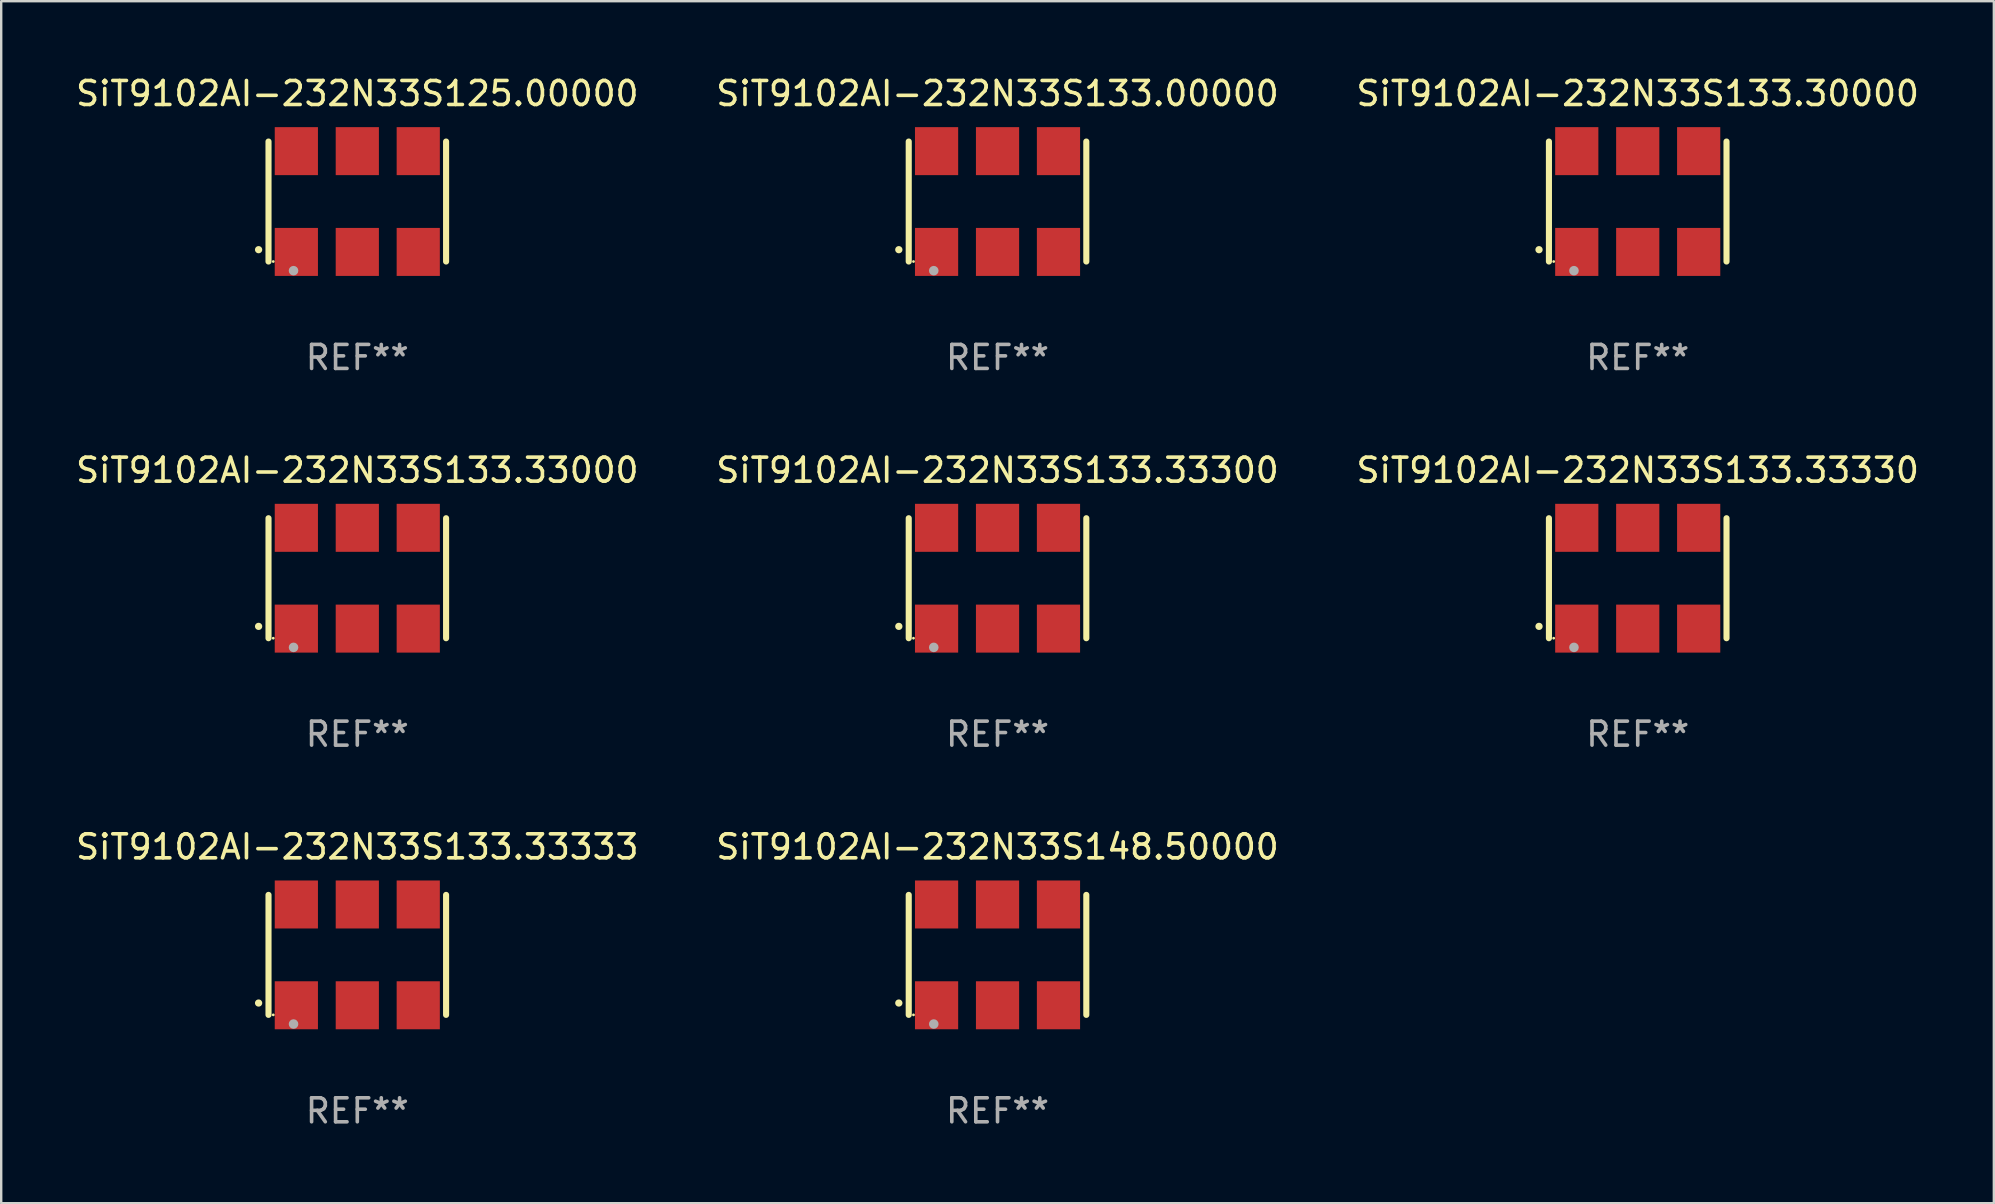
<source format=kicad_pcb>
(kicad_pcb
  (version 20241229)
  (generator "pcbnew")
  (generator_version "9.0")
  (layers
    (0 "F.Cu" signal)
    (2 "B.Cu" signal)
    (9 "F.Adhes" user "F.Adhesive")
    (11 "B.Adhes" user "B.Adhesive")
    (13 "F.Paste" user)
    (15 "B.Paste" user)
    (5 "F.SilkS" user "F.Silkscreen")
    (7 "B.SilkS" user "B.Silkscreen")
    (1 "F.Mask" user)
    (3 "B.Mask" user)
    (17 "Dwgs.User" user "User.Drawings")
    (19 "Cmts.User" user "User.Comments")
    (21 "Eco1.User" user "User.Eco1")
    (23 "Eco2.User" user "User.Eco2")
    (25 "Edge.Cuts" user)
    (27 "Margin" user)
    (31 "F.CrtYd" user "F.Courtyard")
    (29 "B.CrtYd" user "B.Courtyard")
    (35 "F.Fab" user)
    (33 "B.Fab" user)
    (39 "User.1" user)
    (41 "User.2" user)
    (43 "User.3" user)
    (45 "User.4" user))
  (footprint "SiT9102AI-232N33S148.50000"
    (layer "F.Cu")
    (at 38.518 36.741)
    (property "Reference" "SiT9102AI-232N33S148.50000" (at 0 -4.5 0) (layer "F.SilkS") (effects (font (size 1 1) (thickness 0.15))))
    (attr through_hole)
    (fp_line (start -3.7 -2.5) (end -3.7 2.5) (stroke (width 0.254) (type solid)) (layer "F.SilkS"))
    (fp_line (start 3.7 -2.5) (end 3.7 2.5) (stroke (width 0.254) (type solid)) (layer "F.SilkS"))
    (fp_arc (start -4.114415 2.006604) (mid -4.113145 2.006599) (end -4.111875 2.006604) (stroke (width 0.3) (type solid)) (layer "F.SilkS"))
    (fp_circle (center -3.502 2.5) (end -3.472 2.5) (stroke (width 0.06) (type solid)) (fill no) (layer "F.SilkS"))
    (fp_circle (center -2.657 2.882) (end -2.557 2.882) (stroke (width 0.2) (type solid)) (fill no) (layer "F.Fab"))
    (fp_text user "REF**" (at 0 6.5 0) (layer "F.Fab") (effects (font (size 1 1) (thickness 0.15))))
    (pad "1" smd rect (at -2.54 2.1) (size 1.8 2) (layers "F.Cu" "F.Mask" "F.Paste"))
    (pad "2" smd rect (at 0.000394 2.1) (size 1.8 2) (layers "F.Cu" "F.Mask" "F.Paste"))
    (pad "3" smd rect (at 2.54 2.1) (size 1.8 2) (layers "F.Cu" "F.Mask" "F.Paste"))
    (pad "4" smd rect (at 2.54 -2.1) (size 1.8 2) (layers "F.Cu" "F.Mask" "F.Paste"))
    (pad "5" smd rect (at 0.000394 -2.1) (size 1.8 2) (layers "F.Cu" "F.Mask" "F.Paste"))
    (pad "6" smd rect (at -2.54 -2.1) (size 1.8 2) (layers "F.Cu" "F.Mask" "F.Paste")))
  (footprint "SiT9102AI-232N33S133.00000"
    (layer "F.Cu")
    (at 38.518 5.348)
    (property "Reference" "SiT9102AI-232N33S133.00000" (at 0 -4.5 0) (layer "F.SilkS") (effects (font (size 1 1) (thickness 0.15))))
    (attr through_hole)
    (fp_line (start -3.7 -2.5) (end -3.7 2.5) (stroke (width 0.254) (type solid)) (layer "F.SilkS"))
    (fp_line (start 3.7 -2.5) (end 3.7 2.5) (stroke (width 0.254) (type solid)) (layer "F.SilkS"))
    (fp_arc (start -4.114415 2.006604) (mid -4.113145 2.006599) (end -4.111875 2.006604) (stroke (width 0.3) (type solid)) (layer "F.SilkS"))
    (fp_circle (center -3.502 2.5) (end -3.472 2.5) (stroke (width 0.06) (type solid)) (fill no) (layer "F.SilkS"))
    (fp_circle (center -2.657 2.882) (end -2.557 2.882) (stroke (width 0.2) (type solid)) (fill no) (layer "F.Fab"))
    (fp_text user "REF**" (at 0 6.5 0) (layer "F.Fab") (effects (font (size 1 1) (thickness 0.15))))
    (pad "1" smd rect (at -2.54 2.1) (size 1.8 2) (layers "F.Cu" "F.Mask" "F.Paste"))
    (pad "2" smd rect (at 0.000394 2.1) (size 1.8 2) (layers "F.Cu" "F.Mask" "F.Paste"))
    (pad "3" smd rect (at 2.54 2.1) (size 1.8 2) (layers "F.Cu" "F.Mask" "F.Paste"))
    (pad "4" smd rect (at 2.54 -2.1) (size 1.8 2) (layers "F.Cu" "F.Mask" "F.Paste"))
    (pad "5" smd rect (at 0.000394 -2.1) (size 1.8 2) (layers "F.Cu" "F.Mask" "F.Paste"))
    (pad "6" smd rect (at -2.54 -2.1) (size 1.8 2) (layers "F.Cu" "F.Mask" "F.Paste")))
  (footprint "SiT9102AI-232N33S133.30000"
    (layer "F.Cu")
    (at 65.196 5.348)
    (property "Reference" "SiT9102AI-232N33S133.30000" (at 0 -4.5 0) (layer "F.SilkS") (effects (font (size 1 1) (thickness 0.15))))
    (attr through_hole)
    (fp_line (start -3.7 -2.5) (end -3.7 2.5) (stroke (width 0.254) (type solid)) (layer "F.SilkS"))
    (fp_line (start 3.7 -2.5) (end 3.7 2.5) (stroke (width 0.254) (type solid)) (layer "F.SilkS"))
    (fp_arc (start -4.114415 2.006604) (mid -4.113145 2.006599) (end -4.111875 2.006604) (stroke (width 0.3) (type solid)) (layer "F.SilkS"))
    (fp_circle (center -3.502 2.5) (end -3.472 2.5) (stroke (width 0.06) (type solid)) (fill no) (layer "F.SilkS"))
    (fp_circle (center -2.657 2.882) (end -2.557 2.882) (stroke (width 0.2) (type solid)) (fill no) (layer "F.Fab"))
    (fp_text user "REF**" (at 0 6.5 0) (layer "F.Fab") (effects (font (size 1 1) (thickness 0.15))))
    (pad "1" smd rect (at -2.54 2.1) (size 1.8 2) (layers "F.Cu" "F.Mask" "F.Paste"))
    (pad "2" smd rect (at 0.000394 2.1) (size 1.8 2) (layers "F.Cu" "F.Mask" "F.Paste"))
    (pad "3" smd rect (at 2.54 2.1) (size 1.8 2) (layers "F.Cu" "F.Mask" "F.Paste"))
    (pad "4" smd rect (at 2.54 -2.1) (size 1.8 2) (layers "F.Cu" "F.Mask" "F.Paste"))
    (pad "5" smd rect (at 0.000394 -2.1) (size 1.8 2) (layers "F.Cu" "F.Mask" "F.Paste"))
    (pad "6" smd rect (at -2.54 -2.1) (size 1.8 2) (layers "F.Cu" "F.Mask" "F.Paste")))
  (footprint "SiT9102AI-232N33S133.33000"
    (layer "F.Cu")
    (at 11.839 21.045)
    (property "Reference" "SiT9102AI-232N33S133.33000" (at 0 -4.5 0) (layer "F.SilkS") (effects (font (size 1 1) (thickness 0.15))))
    (attr through_hole)
    (fp_line (start -3.7 -2.5) (end -3.7 2.5) (stroke (width 0.254) (type solid)) (layer "F.SilkS"))
    (fp_line (start 3.7 -2.5) (end 3.7 2.5) (stroke (width 0.254) (type solid)) (layer "F.SilkS"))
    (fp_arc (start -4.114415 2.006604) (mid -4.113145 2.006599) (end -4.111875 2.006604) (stroke (width 0.3) (type solid)) (layer "F.SilkS"))
    (fp_circle (center -3.502 2.5) (end -3.472 2.5) (stroke (width 0.06) (type solid)) (fill no) (layer "F.SilkS"))
    (fp_circle (center -2.657 2.882) (end -2.557 2.882) (stroke (width 0.2) (type solid)) (fill no) (layer "F.Fab"))
    (fp_text user "REF**" (at 0 6.5 0) (layer "F.Fab") (effects (font (size 1 1) (thickness 0.15))))
    (pad "1" smd rect (at -2.54 2.1) (size 1.8 2) (layers "F.Cu" "F.Mask" "F.Paste"))
    (pad "2" smd rect (at 0.000394 2.1) (size 1.8 2) (layers "F.Cu" "F.Mask" "F.Paste"))
    (pad "3" smd rect (at 2.54 2.1) (size 1.8 2) (layers "F.Cu" "F.Mask" "F.Paste"))
    (pad "4" smd rect (at 2.54 -2.1) (size 1.8 2) (layers "F.Cu" "F.Mask" "F.Paste"))
    (pad "5" smd rect (at 0.000394 -2.1) (size 1.8 2) (layers "F.Cu" "F.Mask" "F.Paste"))
    (pad "6" smd rect (at -2.54 -2.1) (size 1.8 2) (layers "F.Cu" "F.Mask" "F.Paste")))
  (footprint "SiT9102AI-232N33S133.33300"
    (layer "F.Cu")
    (at 38.518 21.045)
    (property "Reference" "SiT9102AI-232N33S133.33300" (at 0 -4.5 0) (layer "F.SilkS") (effects (font (size 1 1) (thickness 0.15))))
    (attr through_hole)
    (fp_line (start -3.7 -2.5) (end -3.7 2.5) (stroke (width 0.254) (type solid)) (layer "F.SilkS"))
    (fp_line (start 3.7 -2.5) (end 3.7 2.5) (stroke (width 0.254) (type solid)) (layer "F.SilkS"))
    (fp_arc (start -4.114415 2.006604) (mid -4.113145 2.006599) (end -4.111875 2.006604) (stroke (width 0.3) (type solid)) (layer "F.SilkS"))
    (fp_circle (center -3.502 2.5) (end -3.472 2.5) (stroke (width 0.06) (type solid)) (fill no) (layer "F.SilkS"))
    (fp_circle (center -2.657 2.882) (end -2.557 2.882) (stroke (width 0.2) (type solid)) (fill no) (layer "F.Fab"))
    (fp_text user "REF**" (at 0 6.5 0) (layer "F.Fab") (effects (font (size 1 1) (thickness 0.15))))
    (pad "1" smd rect (at -2.54 2.1) (size 1.8 2) (layers "F.Cu" "F.Mask" "F.Paste"))
    (pad "2" smd rect (at 0.000394 2.1) (size 1.8 2) (layers "F.Cu" "F.Mask" "F.Paste"))
    (pad "3" smd rect (at 2.54 2.1) (size 1.8 2) (layers "F.Cu" "F.Mask" "F.Paste"))
    (pad "4" smd rect (at 2.54 -2.1) (size 1.8 2) (layers "F.Cu" "F.Mask" "F.Paste"))
    (pad "5" smd rect (at 0.000394 -2.1) (size 1.8 2) (layers "F.Cu" "F.Mask" "F.Paste"))
    (pad "6" smd rect (at -2.54 -2.1) (size 1.8 2) (layers "F.Cu" "F.Mask" "F.Paste")))
  (footprint "SiT9102AI-232N33S125.00000"
    (layer "F.Cu")
    (at 11.839 5.348)
    (property "Reference" "SiT9102AI-232N33S125.00000" (at 0 -4.5 0) (layer "F.SilkS") (effects (font (size 1 1) (thickness 0.15))))
    (attr through_hole)
    (fp_line (start -3.7 -2.5) (end -3.7 2.5) (stroke (width 0.254) (type solid)) (layer "F.SilkS"))
    (fp_line (start 3.7 -2.5) (end 3.7 2.5) (stroke (width 0.254) (type solid)) (layer "F.SilkS"))
    (fp_arc (start -4.114415 2.006604) (mid -4.113145 2.006599) (end -4.111875 2.006604) (stroke (width 0.3) (type solid)) (layer "F.SilkS"))
    (fp_circle (center -3.502 2.5) (end -3.472 2.5) (stroke (width 0.06) (type solid)) (fill no) (layer "F.SilkS"))
    (fp_circle (center -2.657 2.882) (end -2.557 2.882) (stroke (width 0.2) (type solid)) (fill no) (layer "F.Fab"))
    (fp_text user "REF**" (at 0 6.5 0) (layer "F.Fab") (effects (font (size 1 1) (thickness 0.15))))
    (pad "1" smd rect (at -2.54 2.1) (size 1.8 2) (layers "F.Cu" "F.Mask" "F.Paste"))
    (pad "2" smd rect (at 0.000394 2.1) (size 1.8 2) (layers "F.Cu" "F.Mask" "F.Paste"))
    (pad "3" smd rect (at 2.54 2.1) (size 1.8 2) (layers "F.Cu" "F.Mask" "F.Paste"))
    (pad "4" smd rect (at 2.54 -2.1) (size 1.8 2) (layers "F.Cu" "F.Mask" "F.Paste"))
    (pad "5" smd rect (at 0.000394 -2.1) (size 1.8 2) (layers "F.Cu" "F.Mask" "F.Paste"))
    (pad "6" smd rect (at -2.54 -2.1) (size 1.8 2) (layers "F.Cu" "F.Mask" "F.Paste")))
  (footprint "SiT9102AI-232N33S133.33330"
    (layer "F.Cu")
    (at 65.196 21.045)
    (property "Reference" "SiT9102AI-232N33S133.33330" (at 0 -4.5 0) (layer "F.SilkS") (effects (font (size 1 1) (thickness 0.15))))
    (attr through_hole)
    (fp_line (start -3.7 -2.5) (end -3.7 2.5) (stroke (width 0.254) (type solid)) (layer "F.SilkS"))
    (fp_line (start 3.7 -2.5) (end 3.7 2.5) (stroke (width 0.254) (type solid)) (layer "F.SilkS"))
    (fp_arc (start -4.114415 2.006604) (mid -4.113145 2.006599) (end -4.111875 2.006604) (stroke (width 0.3) (type solid)) (layer "F.SilkS"))
    (fp_circle (center -3.502 2.5) (end -3.472 2.5) (stroke (width 0.06) (type solid)) (fill no) (layer "F.SilkS"))
    (fp_circle (center -2.657 2.882) (end -2.557 2.882) (stroke (width 0.2) (type solid)) (fill no) (layer "F.Fab"))
    (fp_text user "REF**" (at 0 6.5 0) (layer "F.Fab") (effects (font (size 1 1) (thickness 0.15))))
    (pad "1" smd rect (at -2.54 2.1) (size 1.8 2) (layers "F.Cu" "F.Mask" "F.Paste"))
    (pad "2" smd rect (at 0.000394 2.1) (size 1.8 2) (layers "F.Cu" "F.Mask" "F.Paste"))
    (pad "3" smd rect (at 2.54 2.1) (size 1.8 2) (layers "F.Cu" "F.Mask" "F.Paste"))
    (pad "4" smd rect (at 2.54 -2.1) (size 1.8 2) (layers "F.Cu" "F.Mask" "F.Paste"))
    (pad "5" smd rect (at 0.000394 -2.1) (size 1.8 2) (layers "F.Cu" "F.Mask" "F.Paste"))
    (pad "6" smd rect (at -2.54 -2.1) (size 1.8 2) (layers "F.Cu" "F.Mask" "F.Paste")))
  (footprint "SiT9102AI-232N33S133.33333"
    (layer "F.Cu")
    (at 11.839 36.741)
    (property "Reference" "SiT9102AI-232N33S133.33333" (at 0 -4.5 0) (layer "F.SilkS") (effects (font (size 1 1) (thickness 0.15))))
    (attr through_hole)
    (fp_line (start -3.7 -2.5) (end -3.7 2.5) (stroke (width 0.254) (type solid)) (layer "F.SilkS"))
    (fp_line (start 3.7 -2.5) (end 3.7 2.5) (stroke (width 0.254) (type solid)) (layer "F.SilkS"))
    (fp_arc (start -4.114415 2.006604) (mid -4.113145 2.006599) (end -4.111875 2.006604) (stroke (width 0.3) (type solid)) (layer "F.SilkS"))
    (fp_circle (center -3.502 2.5) (end -3.472 2.5) (stroke (width 0.06) (type solid)) (fill no) (layer "F.SilkS"))
    (fp_circle (center -2.657 2.882) (end -2.557 2.882) (stroke (width 0.2) (type solid)) (fill no) (layer "F.Fab"))
    (fp_text user "REF**" (at 0 6.5 0) (layer "F.Fab") (effects (font (size 1 1) (thickness 0.15))))
    (pad "1" smd rect (at -2.54 2.1) (size 1.8 2) (layers "F.Cu" "F.Mask" "F.Paste"))
    (pad "2" smd rect (at 0.000394 2.1) (size 1.8 2) (layers "F.Cu" "F.Mask" "F.Paste"))
    (pad "3" smd rect (at 2.54 2.1) (size 1.8 2) (layers "F.Cu" "F.Mask" "F.Paste"))
    (pad "4" smd rect (at 2.54 -2.1) (size 1.8 2) (layers "F.Cu" "F.Mask" "F.Paste"))
    (pad "5" smd rect (at 0.000394 -2.1) (size 1.8 2) (layers "F.Cu" "F.Mask" "F.Paste"))
    (pad "6" smd rect (at -2.54 -2.1) (size 1.8 2) (layers "F.Cu" "F.Mask" "F.Paste")))
  (gr_rect
    (start -3 -3)
    (end 80.036 47.09)
    (stroke (width 0.1) (type default))
    (fill no)
    (layer "Edge.Cuts")))
</source>
